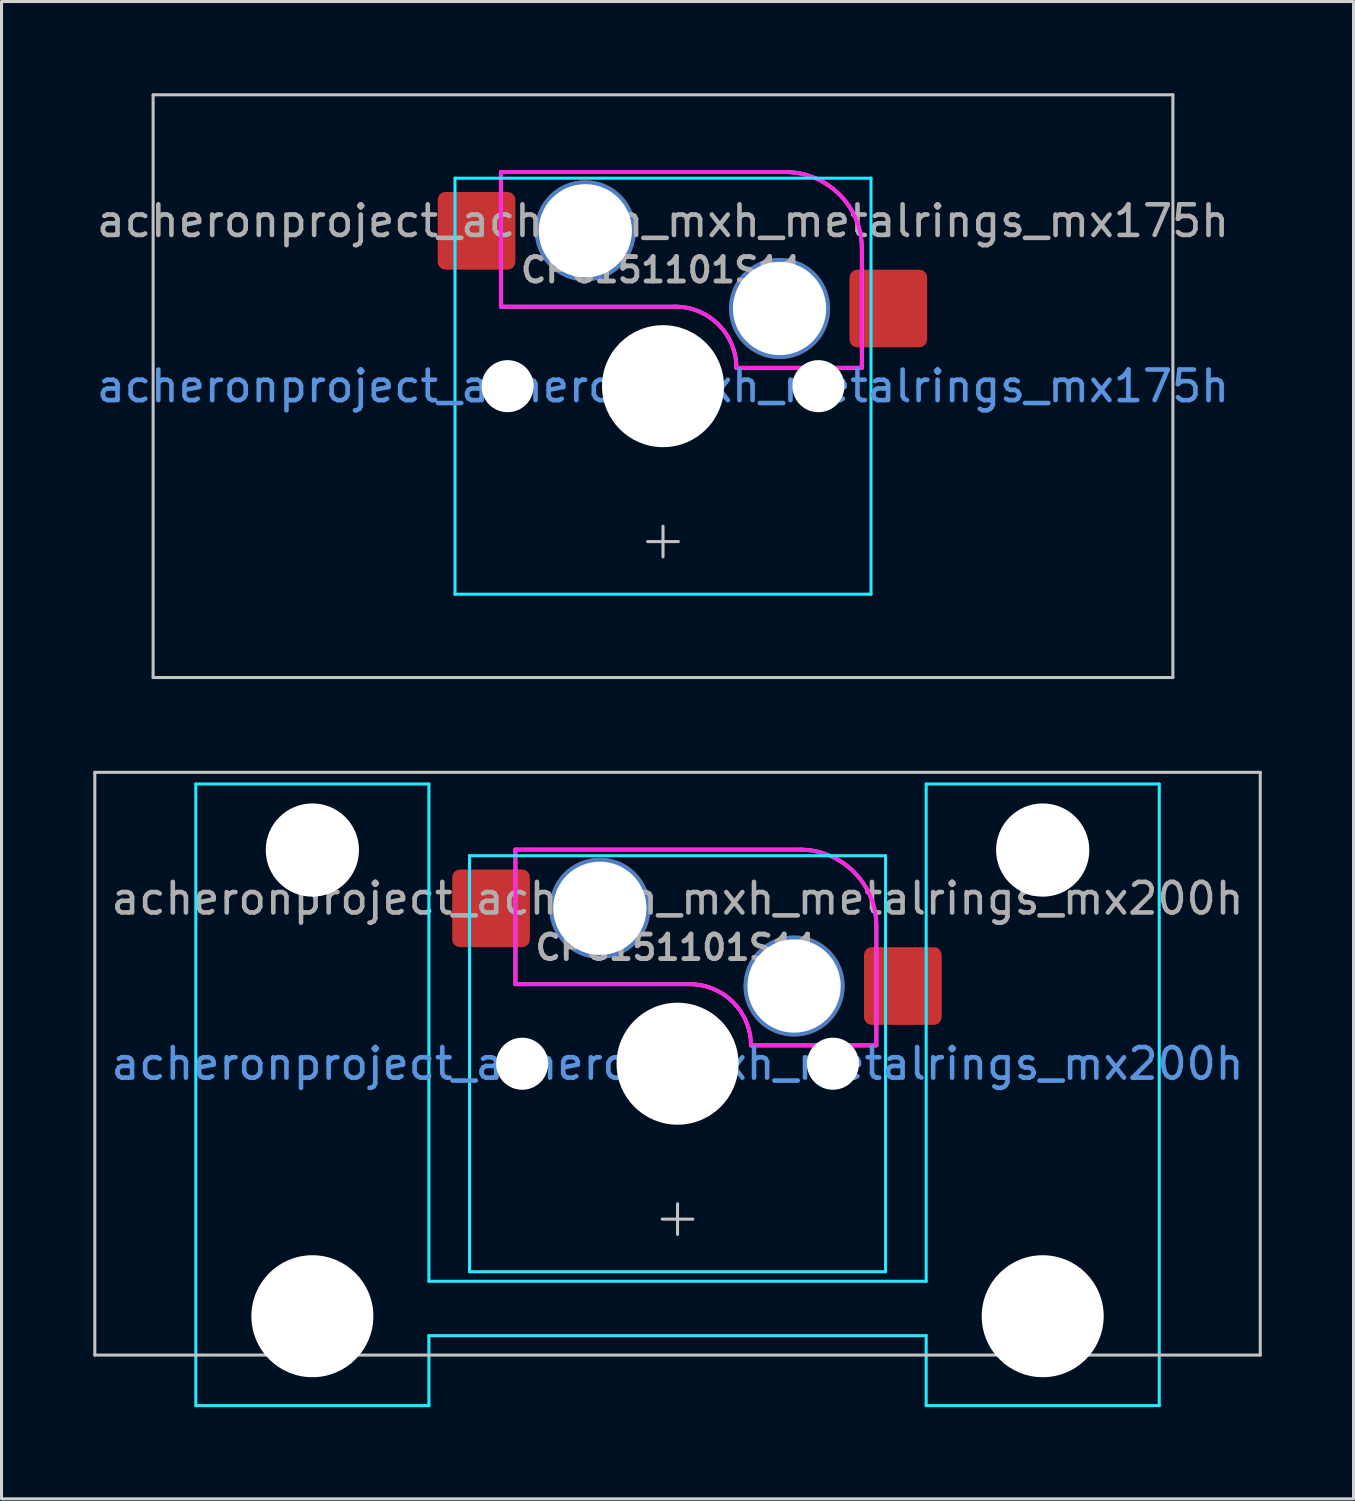
<source format=kicad_pcb>
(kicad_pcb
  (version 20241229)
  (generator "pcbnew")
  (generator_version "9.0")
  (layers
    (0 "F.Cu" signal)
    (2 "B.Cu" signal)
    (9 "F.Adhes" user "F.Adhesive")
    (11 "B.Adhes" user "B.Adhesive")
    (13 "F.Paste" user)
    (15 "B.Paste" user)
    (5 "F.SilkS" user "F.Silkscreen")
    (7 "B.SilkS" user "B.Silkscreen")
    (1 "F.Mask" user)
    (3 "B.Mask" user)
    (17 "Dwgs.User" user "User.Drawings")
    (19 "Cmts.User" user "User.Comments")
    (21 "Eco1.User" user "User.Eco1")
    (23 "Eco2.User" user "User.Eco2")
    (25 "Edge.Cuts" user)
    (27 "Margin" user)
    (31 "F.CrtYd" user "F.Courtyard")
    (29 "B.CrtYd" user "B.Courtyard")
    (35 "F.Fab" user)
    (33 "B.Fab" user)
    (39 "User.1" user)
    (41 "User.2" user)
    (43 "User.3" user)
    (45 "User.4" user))
  (footprint "acheronproject_acheron_mxh_metalrings_mx175h"
    (layer "F.Cu")
    (at 18.625 9.575)
    (property "Reference" "acheronproject_acheron_mxh_metalrings_mx175h" (at 0 0 0) (layer "Cmts.User") (effects (font (size 1 1) (thickness 0.15))))
    (attr smd)
    (fp_line (start -16.669 -9.525) (end -16.669 9.525) (stroke (width 0.1) (type solid)) (layer "Dwgs.User"))
    (fp_line (start -16.669 -9.525) (end 16.669 -9.525) (stroke (width 0.1) (type solid)) (layer "Dwgs.User"))
    (fp_line (start -16.669 9.525) (end 16.669 9.525) (stroke (width 0.1) (type solid)) (layer "Dwgs.User"))
    (fp_line (start -0.5 5.08) (end 0.5 5.08) (stroke (width 0.1) (type solid)) (layer "Dwgs.User"))
    (fp_line (start 0 5.58) (end 0 4.58) (stroke (width 0.1) (type solid)) (layer "Dwgs.User"))
    (fp_line (start 16.669 9.525) (end 16.669 -9.525) (stroke (width 0.1) (type solid)) (layer "Dwgs.User"))
    (fp_line (start -7 6.5) (end -7 -6.5) (stroke (width 0.1) (type solid)) (layer "Eco1.User"))
    (fp_line (start -6.5 -7) (end 6.5 -7) (stroke (width 0.1) (type solid)) (layer "Eco1.User"))
    (fp_line (start 6.5 7) (end -6.5 7) (stroke (width 0.1) (type solid)) (layer "Eco1.User"))
    (fp_line (start 7 -6.5) (end 7 6.5) (stroke (width 0.1) (type solid)) (layer "Eco1.User"))
    (fp_arc (start -7 -6.5) (mid -6.853553 -6.853553) (end -6.5 -7) (stroke (width 0.1) (type solid)) (layer "Eco1.User"))
    (fp_arc (start -6.5 7) (mid -6.853553 6.853553) (end -7 6.5) (stroke (width 0.1) (type solid)) (layer "Eco1.User"))
    (fp_arc (start 6.5 -7) (mid 6.853553 -6.853553) (end 7 -6.5) (stroke (width 0.1) (type solid)) (layer "Eco1.User"))
    (fp_arc (start 7 6.5) (mid 6.853553 6.853553) (end 6.5 7) (stroke (width 0.1) (type solid)) (layer "Eco1.User"))
    (fp_line (start -6.8 -6.8) (end -6.8 6.8) (stroke (width 0.1) (type solid)) (layer "B.CrtYd"))
    (fp_line (start -6.8 -6.8) (end 6.8 -6.8) (stroke (width 0.1) (type solid)) (layer "B.CrtYd"))
    (fp_line (start 6.8 6.8) (end -6.8 6.8) (stroke (width 0.1) (type solid)) (layer "B.CrtYd"))
    (fp_line (start 6.8 6.8) (end 6.8 -6.8) (stroke (width 0.1) (type solid)) (layer "B.CrtYd"))
    (fp_line (start -5.3 -7) (end -5.3 -2.6) (stroke (width 0.127) (type solid)) (layer "F.CrtYd"))
    (fp_line (start -5.3 -7) (end 4 -7) (stroke (width 0.127) (type solid)) (layer "F.CrtYd"))
    (fp_line (start 0.4 -2.6) (end -5.3 -2.6) (stroke (width 0.127) (type solid)) (layer "F.CrtYd"))
    (fp_line (start 6.5 -4.5) (end 6.5 -0.6) (stroke (width 0.127) (type solid)) (layer "F.CrtYd"))
    (fp_line (start 6.5 -0.6) (end 2.4 -0.6) (stroke (width 0.127) (type solid)) (layer "F.CrtYd"))
    (fp_arc (start 0.4 -2.6) (mid 1.814214 -2.014214) (end 2.4 -0.6) (stroke (width 0.127) (type solid)) (layer "F.CrtYd"))
    (fp_arc (start 4 -7) (mid 5.767767 -6.267767) (end 6.5 -4.5) (stroke (width 0.127) (type solid)) (layer "F.CrtYd"))
    (fp_line (start -5.3 -7) (end -5.3 -2.6) (stroke (width 0.127) (type solid)) (layer "F.Fab"))
    (fp_line (start -5.3 -7) (end 4 -7) (stroke (width 0.127) (type solid)) (layer "F.Fab"))
    (fp_line (start -0.5 0) (end 0.5 0) (stroke (width 0.1) (type solid)) (layer "F.Fab"))
    (fp_line (start 0 0.5) (end 0 -0.5) (stroke (width 0.1) (type solid)) (layer "F.Fab"))
    (fp_line (start 0.4 -2.6) (end -5.3 -2.6) (stroke (width 0.127) (type solid)) (layer "F.Fab"))
    (fp_line (start 6.5 -4.5) (end 6.5 -0.6) (stroke (width 0.127) (type solid)) (layer "F.Fab"))
    (fp_line (start 6.5 -0.6) (end 2.4 -0.6) (stroke (width 0.127) (type solid)) (layer "F.Fab"))
    (fp_arc (start 0.400001 -2.600001) (mid 1.814214 -2.014214) (end 2.4 -0.6) (stroke (width 0.127) (type solid)) (layer "F.Fab"))
    (fp_arc (start 4.000001 -7.000001) (mid 5.767768 -6.267767) (end 6.5 -4.5) (stroke (width 0.127) (type solid)) (layer "F.Fab"))
    (fp_text user "${REFERENCE}" (at 0 -5.4 0) (layer "F.Fab") (effects (font (size 1 1) (thickness 0.15))))
    (fp_text user "CPG151101S11" (at 0 -3.8 0) (unlocked yes) (layer "F.Fab") (effects (font (size 0.8 0.8) (thickness 0.16))))
    (pad "" np_thru_hole circle (at -5.08 0) (size 1.702 1.702) (drill 1.702) (layers "*.Cu" "*.Mask"))
    (pad "" np_thru_hole circle (at -2.54 -5.08) (size 3.302 3.302) (drill 3.048) (layers "*.Cu" "*.Mask"))
    (pad "" np_thru_hole circle (at 0 0) (size 3.988 3.988) (drill 3.988) (layers "*.Cu" "*.Mask"))
    (pad "" np_thru_hole circle (at 3.81 -2.54 90) (size 3.302 3.302) (drill 3.048) (layers "*.Cu" "*.Mask"))
    (pad "" np_thru_hole circle (at 5.08 0) (size 1.702 1.702) (drill 1.702) (layers "*.Cu" "*.Mask"))
    (pad "1" smd roundrect (at -6.096 -5.08) (size 2.54 2.54) (layers "F.Cu" "F.Mask") (roundrect_rratio 0.1))
    (pad "2" smd roundrect (at 7.366 -2.54) (size 2.54 2.54) (layers "F.Cu" "F.Mask") (roundrect_rratio 0.1)))
  (footprint "acheronproject_acheron_mxh_metalrings_mx200h"
    (layer "F.Cu")
    (at 19.1 31.725)
    (property "Reference" "acheronproject_acheron_mxh_metalrings_mx200h" (at 0 0 0) (layer "Cmts.User") (effects (font (size 1 1) (thickness 0.15))))
    (attr smd)
    (fp_line (start -19.05 -9.525) (end -19.05 9.525) (stroke (width 0.1) (type solid)) (layer "Dwgs.User"))
    (fp_line (start -19.05 -9.525) (end 19.05 -9.525) (stroke (width 0.1) (type solid)) (layer "Dwgs.User"))
    (fp_line (start -19.05 9.525) (end 19.05 9.525) (stroke (width 0.1) (type solid)) (layer "Dwgs.User"))
    (fp_line (start -0.5 5.08) (end 0.5 5.08) (stroke (width 0.1) (type solid)) (layer "Dwgs.User"))
    (fp_line (start 0 5.58) (end 0 4.58) (stroke (width 0.1) (type solid)) (layer "Dwgs.User"))
    (fp_line (start 19.05 -9.525) (end 19.05 9.525) (stroke (width 0.1) (type solid)) (layer "Dwgs.User"))
    (fp_line (start -15.438 -5.485) (end -15.438 8.515) (stroke (width 0.1) (type solid)) (layer "Eco1.User"))
    (fp_line (start -14.938 -5.985) (end -8.938 -5.985) (stroke (width 0.1) (type solid)) (layer "Eco1.User"))
    (fp_line (start -8.938 9.015) (end -14.938 9.015) (stroke (width 0.1) (type solid)) (layer "Eco1.User"))
    (fp_line (start -8.438 8.515) (end -8.438 -5.485) (stroke (width 0.1) (type solid)) (layer "Eco1.User"))
    (fp_line (start -7 -6.5) (end -7 6.5) (stroke (width 0.1) (type solid)) (layer "Eco1.User"))
    (fp_line (start -6.5 7) (end 6.5 7) (stroke (width 0.1) (type solid)) (layer "Eco1.User"))
    (fp_line (start 6.5 -7) (end -6.5 -7) (stroke (width 0.1) (type solid)) (layer "Eco1.User"))
    (fp_line (start 7 6.5) (end 7 -6.5) (stroke (width 0.1) (type solid)) (layer "Eco1.User"))
    (fp_line (start 8.438 -5.485) (end 8.438 8.515) (stroke (width 0.1) (type solid)) (layer "Eco1.User"))
    (fp_line (start 8.938 -5.985) (end 14.938 -5.985) (stroke (width 0.1) (type solid)) (layer "Eco1.User"))
    (fp_line (start 14.938 9.015) (end 8.938 9.015) (stroke (width 0.1) (type solid)) (layer "Eco1.User"))
    (fp_line (start 15.438 8.515) (end 15.438 -5.485) (stroke (width 0.1) (type solid)) (layer "Eco1.User"))
    (fp_arc (start -15.438 -5.485) (mid -15.291553 -5.838553) (end -14.938 -5.985) (stroke (width 0.1) (type solid)) (layer "Eco1.User"))
    (fp_arc (start -14.938 9.015) (mid -15.291553 8.868553) (end -15.438 8.515) (stroke (width 0.1) (type solid)) (layer "Eco1.User"))
    (fp_arc (start -8.938 -5.985) (mid -8.584447 -5.838553) (end -8.438 -5.485) (stroke (width 0.1) (type solid)) (layer "Eco1.User"))
    (fp_arc (start -8.438 8.515) (mid -8.584447 8.868553) (end -8.938 9.015) (stroke (width 0.1) (type solid)) (layer "Eco1.User"))
    (fp_arc (start -7 -6.5) (mid -6.853553 -6.853553) (end -6.5 -7) (stroke (width 0.1) (type solid)) (layer "Eco1.User"))
    (fp_arc (start -6.5 7) (mid -6.853553 6.853553) (end -7 6.5) (stroke (width 0.1) (type solid)) (layer "Eco1.User"))
    (fp_arc (start 6.5 -7) (mid 6.853553 -6.853553) (end 7 -6.5) (stroke (width 0.1) (type solid)) (layer "Eco1.User"))
    (fp_arc (start 7 6.5) (mid 6.853553 6.853553) (end 6.5 7) (stroke (width 0.1) (type solid)) (layer "Eco1.User"))
    (fp_arc (start 8.438 -5.485) (mid 8.584447 -5.838553) (end 8.938 -5.985) (stroke (width 0.1) (type solid)) (layer "Eco1.User"))
    (fp_arc (start 8.938 9.015) (mid 8.584447 8.868553) (end 8.438 8.515) (stroke (width 0.1) (type solid)) (layer "Eco1.User"))
    (fp_arc (start 14.938 -5.985) (mid 15.291553 -5.838553) (end 15.438 -5.485) (stroke (width 0.1) (type solid)) (layer "Eco1.User"))
    (fp_arc (start 15.438 8.515) (mid 15.291553 8.868553) (end 14.938 9.015) (stroke (width 0.1) (type solid)) (layer "Eco1.User"))
    (fp_line (start -15.748 -9.144) (end -15.748 11.176) (stroke (width 0.1) (type solid)) (layer "B.CrtYd"))
    (fp_line (start -15.748 11.176) (end -8.128 11.176) (stroke (width 0.1) (type solid)) (layer "B.CrtYd"))
    (fp_line (start -8.128 -9.144) (end -15.748 -9.144) (stroke (width 0.1) (type solid)) (layer "B.CrtYd"))
    (fp_line (start -8.128 7.112) (end -8.128 -9.144) (stroke (width 0.1) (type solid)) (layer "B.CrtYd"))
    (fp_line (start -8.128 7.112) (end 8.128 7.112) (stroke (width 0.1) (type solid)) (layer "B.CrtYd"))
    (fp_line (start -8.128 8.89) (end -8.128 11.176) (stroke (width 0.1) (type solid)) (layer "B.CrtYd"))
    (fp_line (start -8.128 8.89) (end 8.128 8.89) (stroke (width 0.1) (type solid)) (layer "B.CrtYd"))
    (fp_line (start -6.8 -6.8) (end -6.8 6.8) (stroke (width 0.1) (type solid)) (layer "B.CrtYd"))
    (fp_line (start 6.8 -6.8) (end -6.8 -6.8) (stroke (width 0.1) (type solid)) (layer "B.CrtYd"))
    (fp_line (start 6.8 -6.8) (end 6.8 6.8) (stroke (width 0.1) (type solid)) (layer "B.CrtYd"))
    (fp_line (start 6.8 6.8) (end -6.8 6.8) (stroke (width 0.1) (type solid)) (layer "B.CrtYd"))
    (fp_line (start 8.128 7.112) (end 8.128 -9.144) (stroke (width 0.1) (type solid)) (layer "B.CrtYd"))
    (fp_line (start 8.128 8.89) (end 8.128 11.176) (stroke (width 0.1) (type solid)) (layer "B.CrtYd"))
    (fp_line (start 8.128 11.176) (end 15.748 11.176) (stroke (width 0.1) (type solid)) (layer "B.CrtYd"))
    (fp_line (start 15.748 -9.144) (end 8.128 -9.144) (stroke (width 0.1) (type solid)) (layer "B.CrtYd"))
    (fp_line (start 15.748 11.176) (end 15.748 -9.144) (stroke (width 0.1) (type solid)) (layer "B.CrtYd"))
    (fp_line (start -5.3 -7) (end -5.3 -2.6) (stroke (width 0.127) (type solid)) (layer "F.CrtYd"))
    (fp_line (start -5.3 -7) (end 4 -7) (stroke (width 0.127) (type solid)) (layer "F.CrtYd"))
    (fp_line (start 0.4 -2.6) (end -5.3 -2.6) (stroke (width 0.127) (type solid)) (layer "F.CrtYd"))
    (fp_line (start 6.5 -4.5) (end 6.5 -0.6) (stroke (width 0.127) (type solid)) (layer "F.CrtYd"))
    (fp_line (start 6.5 -0.6) (end 2.4 -0.6) (stroke (width 0.127) (type solid)) (layer "F.CrtYd"))
    (fp_arc (start 0.4 -2.6) (mid 1.814214 -2.014214) (end 2.4 -0.6) (stroke (width 0.127) (type solid)) (layer "F.CrtYd"))
    (fp_arc (start 4 -7) (mid 5.767767 -6.267767) (end 6.5 -4.5) (stroke (width 0.127) (type solid)) (layer "F.CrtYd"))
    (fp_line (start -5.3 -7) (end -5.3 -2.6) (stroke (width 0.127) (type solid)) (layer "F.Fab"))
    (fp_line (start -5.3 -7) (end 4 -7) (stroke (width 0.127) (type solid)) (layer "F.Fab"))
    (fp_line (start -0.5 0) (end 0.5 0) (stroke (width 0.1) (type solid)) (layer "F.Fab"))
    (fp_line (start 0 0.5) (end 0 -0.5) (stroke (width 0.1) (type solid)) (layer "F.Fab"))
    (fp_line (start 0.4 -2.6) (end -5.3 -2.6) (stroke (width 0.127) (type solid)) (layer "F.Fab"))
    (fp_line (start 6.5 -4.5) (end 6.5 -0.6) (stroke (width 0.127) (type solid)) (layer "F.Fab"))
    (fp_line (start 6.5 -0.6) (end 2.4 -0.6) (stroke (width 0.127) (type solid)) (layer "F.Fab"))
    (fp_arc (start 0.400001 -2.600001) (mid 1.814214 -2.014214) (end 2.4 -0.6) (stroke (width 0.127) (type solid)) (layer "F.Fab"))
    (fp_arc (start 4.000001 -7.000001) (mid 5.767768 -6.267767) (end 6.5 -4.5) (stroke (width 0.127) (type solid)) (layer "F.Fab"))
    (fp_text user "CPG151101S11" (at 0 -3.8 0) (unlocked yes) (layer "F.Fab") (effects (font (size 0.8 0.8) (thickness 0.16))))
    (fp_text user "${REFERENCE}" (at 0 -5.4 0) (layer "F.Fab") (effects (font (size 1 1) (thickness 0.15))))
    (pad "" np_thru_hole circle (at -11.938 -6.985) (size 3.048 3.048) (drill 3.048) (layers "*.Cu" "*.Mask"))
    (pad "" np_thru_hole circle (at -11.938 8.255) (size 3.988 3.988) (drill 3.988) (layers "*.Cu" "*.Mask"))
    (pad "" np_thru_hole circle (at -5.08 0) (size 1.702 1.702) (drill 1.702) (layers "*.Cu" "*.Mask"))
    (pad "" np_thru_hole circle (at -2.54 -5.08) (size 3.302 3.302) (drill 3.048) (layers "*.Cu" "*.Mask"))
    (pad "" np_thru_hole circle (at 0 0) (size 3.988 3.988) (drill 3.988) (layers "*.Cu" "*.Mask"))
    (pad "" np_thru_hole circle (at 3.81 -2.54) (size 3.302 3.302) (drill 3.048) (layers "*.Cu" "*.Mask"))
    (pad "" np_thru_hole circle (at 5.08 0) (size 1.702 1.702) (drill 1.702) (layers "*.Cu" "*.Mask"))
    (pad "" np_thru_hole circle (at 11.938 -6.985) (size 3.048 3.048) (drill 3.048) (layers "*.Cu" "*.Mask"))
    (pad "" np_thru_hole circle (at 11.938 8.255) (size 3.988 3.988) (drill 3.988) (layers "*.Cu" "*.Mask"))
    (pad "1" smd roundrect (at -6.096 -5.08) (size 2.54 2.54) (layers "F.Cu" "F.Mask") (roundrect_rratio 0.1))
    (pad "2" smd roundrect (at 7.366 -2.54) (size 2.54 2.54) (layers "F.Cu" "F.Mask") (roundrect_rratio 0.1)))
  (gr_rect
    (start -3 -3)
    (end 41.2 45.951)
    (stroke (width 0.1) (type default))
    (fill no)
    (layer "Edge.Cuts")))
</source>
